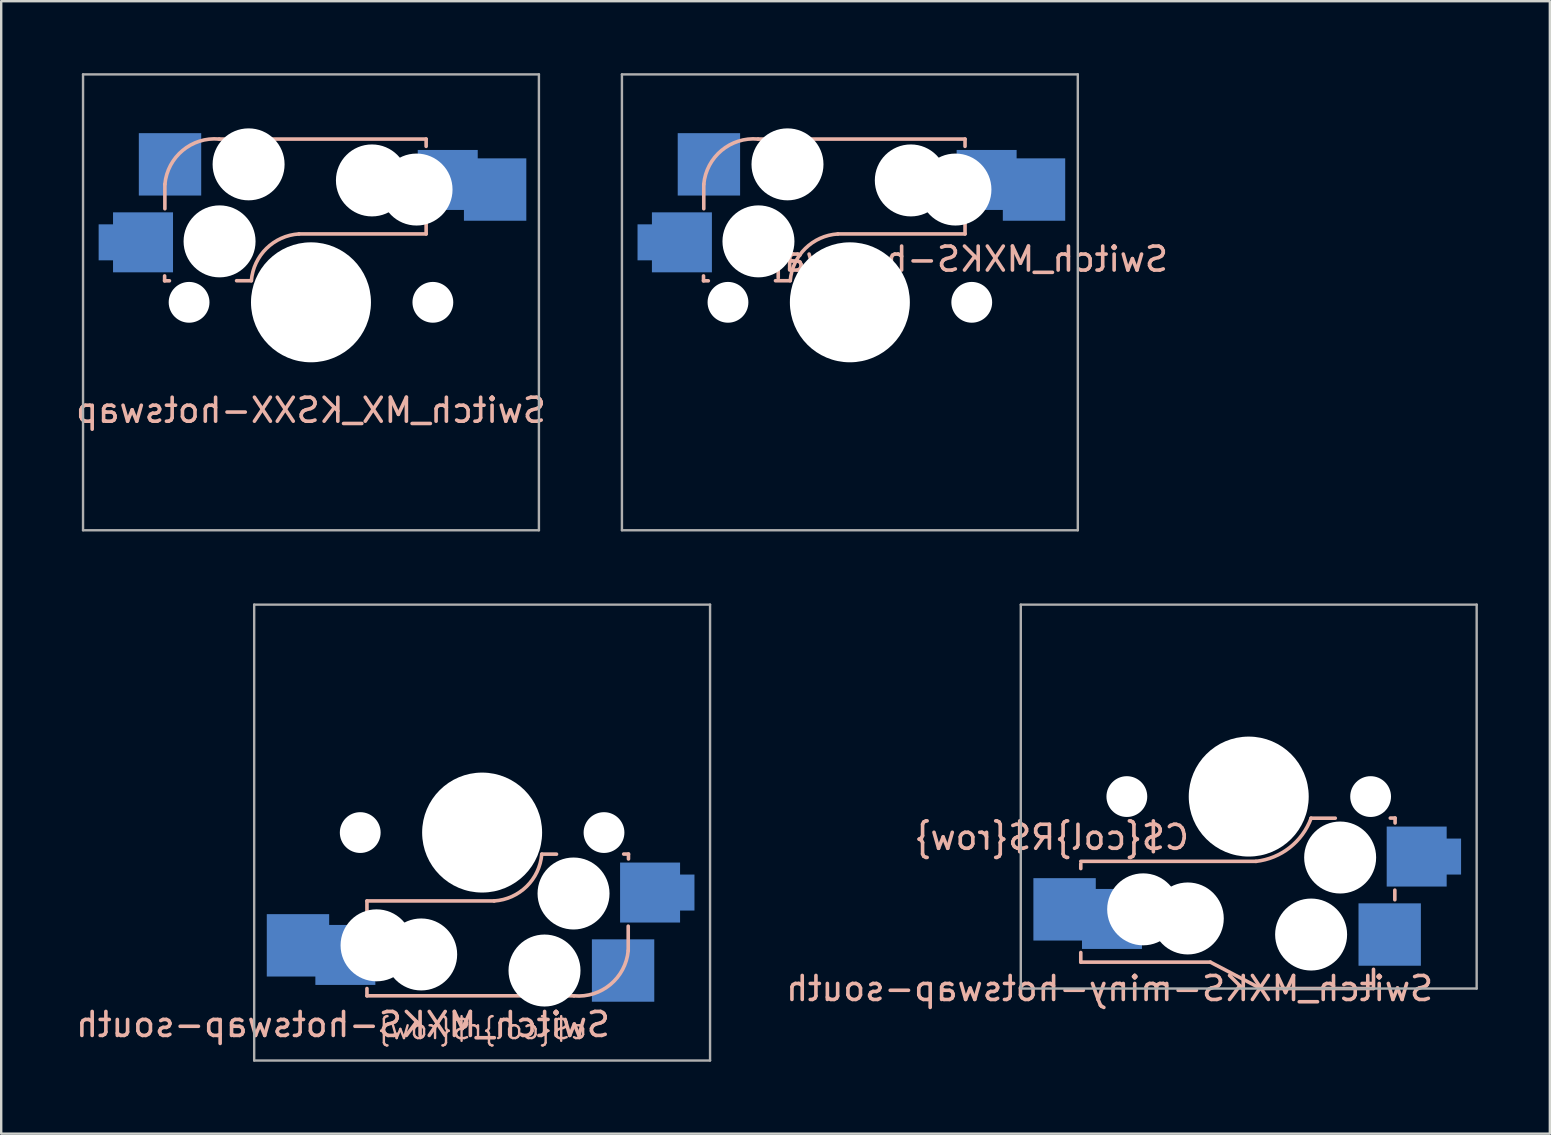
<source format=kicad_pcb>
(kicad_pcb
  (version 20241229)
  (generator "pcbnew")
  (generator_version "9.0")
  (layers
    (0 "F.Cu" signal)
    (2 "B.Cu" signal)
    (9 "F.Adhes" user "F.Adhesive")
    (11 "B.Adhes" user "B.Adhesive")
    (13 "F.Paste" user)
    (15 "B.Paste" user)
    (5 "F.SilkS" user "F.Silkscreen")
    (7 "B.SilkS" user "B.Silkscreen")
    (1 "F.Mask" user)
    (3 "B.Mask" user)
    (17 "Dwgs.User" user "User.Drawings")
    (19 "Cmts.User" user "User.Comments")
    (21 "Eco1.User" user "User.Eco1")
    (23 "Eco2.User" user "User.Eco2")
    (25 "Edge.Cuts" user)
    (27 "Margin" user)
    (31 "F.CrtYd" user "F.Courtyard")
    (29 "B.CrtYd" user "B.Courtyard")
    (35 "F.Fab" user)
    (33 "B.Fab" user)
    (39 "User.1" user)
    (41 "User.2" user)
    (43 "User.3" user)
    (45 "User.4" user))
  (footprint "Switch_MX_KSXX-hotswap"
    (layer "F.Cu")
    (at 9.911 9.55)
    (property "Reference" "Switch_MX_KSXX-hotswap" (at 0 4.5 0) (layer "B.SilkS") (effects (font (size 1 1) (thickness 0.15)) (justify mirror)))
    (attr through_hole)
    (fp_line (start -6.1 -0.896) (end -6.1 -1.1) (stroke (width 0.15) (type solid)) (layer "B.SilkS"))
    (fp_line (start -6.1 -0.896) (end -5.9 -0.896) (stroke (width 0.15) (type solid)) (layer "B.SilkS"))
    (fp_line (start -6.089 -4.92) (end -6.089 -3.9) (stroke (width 0.15) (type solid)) (layer "B.SilkS"))
    (fp_line (start -2.485 -0.9) (end -3.1 -0.9) (stroke (width 0.15) (type solid)) (layer "B.SilkS"))
    (fp_line (start 4.8 -6.804) (end -3.825 -6.804) (stroke (width 0.15) (type solid)) (layer "B.SilkS"))
    (fp_line (start 4.8 -6.804) (end 4.8 -6.5) (stroke (width 0.15) (type solid)) (layer "B.SilkS"))
    (fp_line (start 4.8 -2.85) (end -0.5 -2.85) (stroke (width 0.15) (type solid)) (layer "B.SilkS"))
    (fp_line (start 4.8 -2.85) (end 4.8 -3.7) (stroke (width 0.15) (type solid)) (layer "B.SilkS"))
    (fp_arc (start -6.089 -4.92) (mid -5.347189 -6.33089) (end -3.825 -6.804) (stroke (width 0.15) (type solid)) (layer "B.SilkS"))
    (fp_arc (start -2.484999 -0.9) (mid -1.855638 -2.244656) (end -0.5 -2.85) (stroke (width 0.15) (type solid)) (layer "B.SilkS"))
    (fp_line (start -7 -7) (end 7 -7) (stroke (width 0.15) (type solid)) (layer "Eco2.User"))
    (fp_line (start -7 7) (end -7 -7) (stroke (width 0.15) (type solid)) (layer "Eco2.User"))
    (fp_line (start -1.8 3.1) (end 3.2 3.1) (stroke (width 0.12) (type solid)) (layer "Eco2.User"))
    (fp_line (start -1.8 6.3) (end -1.8 3.1) (stroke (width 0.12) (type solid)) (layer "Eco2.User"))
    (fp_line (start -1.8 6.3) (end 3.2 6.3) (stroke (width 0.12) (type solid)) (layer "Eco2.User"))
    (fp_line (start 3.2 6.3) (end 3.2 3.1) (stroke (width 0.12) (type solid)) (layer "Eco2.User"))
    (fp_line (start 7 -7) (end 7 7) (stroke (width 0.15) (type solid)) (layer "Eco2.User"))
    (fp_line (start 7 7) (end -7 7) (stroke (width 0.15) (type solid)) (layer "Eco2.User"))
    (fp_line (start -9.5 -9.5) (end 9.5 -9.5) (stroke (width 0.1) (type solid)) (layer "F.Fab"))
    (fp_line (start -9.5 9.5) (end -9.5 -9.5) (stroke (width 0.1) (type solid)) (layer "F.Fab"))
    (fp_line (start 9.5 -9.5) (end 9.5 9.5) (stroke (width 0.1) (type solid)) (layer "F.Fab"))
    (fp_line (start 9.5 9.5) (end -9.5 9.5) (stroke (width 0.1) (type solid)) (layer "F.Fab"))
    (pad "" np_thru_hole circle (at -5.08 0) (size 1.7 1.7) (drill 1.7) (layers "*.Cu" "*.Mask"))
    (pad "" np_thru_hole circle (at -3.81 -2.54 180) (size 3 3) (drill 3) (layers "*.Cu" "*.Mask"))
    (pad "" np_thru_hole circle (at -2.6 -5.75 180) (size 3 3) (drill 3) (layers "*.Cu" "*.Mask"))
    (pad "" np_thru_hole circle (at 0 0 180) (size 5 5) (drill 5) (layers "*.Cu" "*.Mask"))
    (pad "" np_thru_hole circle (at 2.54 -5.08 180) (size 3 3) (drill 3) (layers "*.Cu" "*.Mask"))
    (pad "" np_thru_hole circle (at 4.4 -4.7 180) (size 3 3) (drill 3) (layers "*.Cu" "*.Mask"))
    (pad "" np_thru_hole circle (at 5.08 0) (size 1.7 1.7) (drill 1.7) (layers "*.Cu" "*.Mask"))
    (pad "1" smd custom (at -7 -2.5) (size 2.5 2.5) (layers "B.Cu" "B.Mask" "B.Paste") (options (anchor rect)) (primitives (gr_poly (pts (xy -1.85 -0.75) (xy -1.25 -0.75) (xy -1.25 0.75) (xy -1.85 0.75)) (width 0) (fill yes))))
    (pad "1" smd rect (at -5.875 -5.75 180) (size 2.6 2.6) (layers "B.Cu" "B.Mask" "B.Paste"))
    (pad "2" smd custom (at 5.7 -5.1 180) (size 2.5 2.5) (layers "B.Cu" "B.Mask" "B.Paste") (options (anchor rect)) (primitives (gr_poly (pts (xy -1.85 -0.75) (xy -1.25 -0.75) (xy -1.25 0.75) (xy -1.85 0.75)) (width 0) (fill yes))))
    (pad "2" smd rect (at 7.675 -4.7 180) (size 2.6 2.6) (layers "B.Cu" "B.Mask" "B.Paste")))
  (footprint "Switch_MXKS-hotswap-south"
    (layer "F.Cu")
    (at 17.044 31.65)
    (property "Reference" "Switch_MXKS-hotswap-south" (at -5.8 8 180) (layer "B.SilkS") (effects (font (size 1 1) (thickness 0.15)) (justify mirror)))
    (attr through_hole)
    (fp_line (start -4.8 2.85) (end -4.8 3.7) (stroke (width 0.15) (type solid)) (layer "B.SilkS"))
    (fp_line (start -4.8 2.85) (end 0.5 2.85) (stroke (width 0.15) (type solid)) (layer "B.SilkS"))
    (fp_line (start -4.8 6.804) (end -4.8 6.5) (stroke (width 0.15) (type solid)) (layer "B.SilkS"))
    (fp_line (start -4.8 6.804) (end 3.825 6.804) (stroke (width 0.15) (type solid)) (layer "B.SilkS"))
    (fp_line (start 2.485 0.9) (end 3.1 0.9) (stroke (width 0.15) (type solid)) (layer "B.SilkS"))
    (fp_line (start 6.089 4.92) (end 6.089 3.9) (stroke (width 0.15) (type solid)) (layer "B.SilkS"))
    (fp_line (start 6.1 0.896) (end 5.9 0.896) (stroke (width 0.15) (type solid)) (layer "B.SilkS"))
    (fp_line (start 6.1 0.896) (end 6.1 1.1) (stroke (width 0.15) (type solid)) (layer "B.SilkS"))
    (fp_arc (start 2.484999 0.9) (mid 1.855638 2.244656) (end 0.5 2.85) (stroke (width 0.15) (type solid)) (layer "B.SilkS"))
    (fp_arc (start 6.089 4.92) (mid 5.347189 6.33089) (end 3.825 6.804) (stroke (width 0.15) (type solid)) (layer "B.SilkS"))
    (fp_line (start -7 -7) (end 7 -7) (stroke (width 0.15) (type solid)) (layer "Eco2.User"))
    (fp_line (start -7 7) (end -7 -7) (stroke (width 0.15) (type solid)) (layer "Eco2.User"))
    (fp_line (start -3.2 -6.3) (end -3.2 -3.1) (stroke (width 0.12) (type solid)) (layer "Eco2.User"))
    (fp_line (start 1.8 -6.3) (end -3.2 -6.3) (stroke (width 0.12) (type solid)) (layer "Eco2.User"))
    (fp_line (start 1.8 -6.3) (end 1.8 -3.1) (stroke (width 0.12) (type solid)) (layer "Eco2.User"))
    (fp_line (start 1.8 -3.1) (end -3.2 -3.1) (stroke (width 0.12) (type solid)) (layer "Eco2.User"))
    (fp_line (start 7 -7) (end 7 7) (stroke (width 0.15) (type solid)) (layer "Eco2.User"))
    (fp_line (start 7 7) (end -7 7) (stroke (width 0.15) (type solid)) (layer "Eco2.User"))
    (fp_line (start -9.5 -9.5) (end 9.5 -9.5) (stroke (width 0.1) (type solid)) (layer "F.Fab"))
    (fp_line (start -9.5 9.5) (end -9.5 -9.5) (stroke (width 0.1) (type solid)) (layer "F.Fab"))
    (fp_line (start 9.5 -9.5) (end 9.5 9.5) (stroke (width 0.1) (type solid)) (layer "F.Fab"))
    (fp_line (start 9.5 9.5) (end -9.5 9.5) (stroke (width 0.1) (type solid)) (layer "F.Fab"))
    (fp_text user "c${col}r${row}" (at 0 8.2 0) (layer "B.SilkS") (effects (font (size 0.8 0.8) (thickness 0.1)) (justify mirror)))
    (pad "" np_thru_hole circle (at -5.08 0 180) (size 1.7 1.7) (drill 1.7) (layers "*.Cu" "*.Mask"))
    (pad "" np_thru_hole circle (at -4.4 4.7) (size 3 3) (drill 3) (layers "*.Cu" "*.Mask"))
    (pad "" np_thru_hole circle (at -2.54 5.08) (size 3 3) (drill 3) (layers "*.Cu" "*.Mask"))
    (pad "" np_thru_hole circle (at 0 0) (size 5 5) (drill 5) (layers "*.Cu" "*.Mask"))
    (pad "" np_thru_hole circle (at 2.6 5.75) (size 3 3) (drill 3) (layers "*.Cu" "*.Mask"))
    (pad "" np_thru_hole circle (at 3.81 2.54) (size 3 3) (drill 3) (layers "*.Cu" "*.Mask"))
    (pad "" np_thru_hole circle (at 5.08 0 180) (size 1.7 1.7) (drill 1.7) (layers "*.Cu" "*.Mask"))
    (pad "1" smd rect (at 5.875 5.75) (size 2.6 2.6) (layers "B.Cu" "B.Mask" "B.Paste"))
    (pad "1" smd custom (at 7 2.5 180) (size 2.5 2.5) (layers "B.Cu" "B.Mask" "B.Paste") (options (anchor rect)) (primitives (gr_poly (pts (xy -1.85 -0.75) (xy -1.25 -0.75) (xy -1.25 0.75) (xy -1.85 0.75)) (width 0) (fill yes))))
    (pad "2" smd rect (at -7.675 4.7) (size 2.6 2.6) (layers "B.Cu" "B.Mask" "B.Paste"))
    (pad "2" smd custom (at -5.7 5.1) (size 2.5 2.5) (layers "B.Cu" "B.Mask" "B.Paste") (options (anchor rect)) (primitives (gr_poly (pts (xy -1.85 -0.75) (xy -1.25 -0.75) (xy -1.25 0.75) (xy -1.85 0.75)) (width 0) (fill yes)))))
  (footprint "Switch_MXKS-miny-hotswap-south"
    (layer "F.Cu")
    (at 48.995 30.15)
    (property "Reference" "Switch_MXKS-miny-hotswap-south" (at -5.8 8 180) (layer "B.SilkS") (effects (font (size 1 1) (thickness 0.15)) (justify mirror)))
    (attr through_hole)
    (fp_line (start -7 2.7) (end 0.3 2.7) (stroke (width 0.15) (type default)) (layer "B.SilkS"))
    (fp_line (start -7 3) (end -7 2.8) (stroke (width 0.15) (type default)) (layer "B.SilkS"))
    (fp_line (start -7 6.9) (end -7 6.5) (stroke (width 0.15) (type default)) (layer "B.SilkS"))
    (fp_line (start -1.6 6.9) (end -7 6.9) (stroke (width 0.15) (type default)) (layer "B.SilkS"))
    (fp_line (start 0.5 8) (end -1.6 6.9) (stroke (width 0.15) (type default)) (layer "B.SilkS"))
    (fp_line (start 0.5 8) (end 5.2 8) (stroke (width 0.15) (type default)) (layer "B.SilkS"))
    (fp_line (start 2.592 0.9) (end 3.607 0.9) (stroke (width 0.15) (type solid)) (layer "B.SilkS"))
    (fp_line (start 5.2 8) (end 5.2 7.2) (stroke (width 0.15) (type default)) (layer "B.SilkS"))
    (fp_line (start 6.089 4.3) (end 6.089 3.9) (stroke (width 0.15) (type solid)) (layer "B.SilkS"))
    (fp_line (start 6.1 0.896) (end 5.9 0.896) (stroke (width 0.15) (type solid)) (layer "B.SilkS"))
    (fp_line (start 6.1 0.896) (end 6.1 1.1) (stroke (width 0.15) (type solid)) (layer "B.SilkS"))
    (fp_arc (start 2.6 0.9) (mid 1.706228 2.127402) (end 0.3 2.7) (stroke (width 0.15) (type solid)) (layer "B.SilkS"))
    (fp_line (start -7 -7) (end 7 -7) (stroke (width 0.15) (type solid)) (layer "Eco2.User"))
    (fp_line (start -7 7) (end -7 -7) (stroke (width 0.15) (type solid)) (layer "Eco2.User"))
    (fp_line (start -3.2 -6.3) (end -3.2 -3.1) (stroke (width 0.12) (type solid)) (layer "Eco2.User"))
    (fp_line (start 1.8 -6.3) (end -3.2 -6.3) (stroke (width 0.12) (type solid)) (layer "Eco2.User"))
    (fp_line (start 1.8 -6.3) (end 1.8 -3.1) (stroke (width 0.12) (type solid)) (layer "Eco2.User"))
    (fp_line (start 1.8 -3.1) (end -3.2 -3.1) (stroke (width 0.12) (type solid)) (layer "Eco2.User"))
    (fp_line (start 7 -7) (end 7 7) (stroke (width 0.15) (type solid)) (layer "Eco2.User"))
    (fp_line (start 7 7) (end -7 7) (stroke (width 0.15) (type solid)) (layer "Eco2.User"))
    (fp_line (start -9.5 -8) (end 9.5 -8) (stroke (width 0.1) (type solid)) (layer "F.Fab"))
    (fp_line (start -9.5 8) (end -9.5 -8) (stroke (width 0.1) (type solid)) (layer "F.Fab"))
    (fp_line (start 9.5 -8) (end 9.5 8) (stroke (width 0.1) (type solid)) (layer "F.Fab"))
    (fp_line (start 9.5 8) (end -9.5 8) (stroke (width 0.1) (type solid)) (layer "F.Fab"))
    (fp_text user "C${col}R${row}" (at -2.4 1.7 0) (layer "B.SilkS") (effects (font (size 1 1) (thickness 0.15)) (justify left mirror)))
    (pad "" np_thru_hole circle (at -5.08 0 180) (size 1.7 1.7) (drill 1.7) (layers "*.Cu" "*.Mask"))
    (pad "" np_thru_hole circle (at -4.4 4.7) (size 3 3) (drill 3) (layers "*.Cu" "*.Mask"))
    (pad "" np_thru_hole circle (at -2.54 5.08) (size 3 3) (drill 3) (layers "*.Cu" "*.Mask"))
    (pad "" np_thru_hole circle (at 0 0) (size 5 5) (drill 5) (layers "*.Cu" "*.Mask"))
    (pad "" np_thru_hole circle (at 2.6 5.75) (size 3 3) (drill 3) (layers "*.Cu" "*.Mask"))
    (pad "" np_thru_hole circle (at 3.81 2.54) (size 3 3) (drill 3) (layers "*.Cu" "*.Mask"))
    (pad "" np_thru_hole circle (at 5.08 0 180) (size 1.7 1.7) (drill 1.7) (layers "*.Cu" "*.Mask"))
    (pad "1" smd rect (at 5.875 5.75) (size 2.6 2.6) (layers "B.Cu" "B.Mask" "B.Paste"))
    (pad "1" smd custom (at 7 2.5 180) (size 2.5 2.5) (layers "B.Cu" "B.Mask" "B.Paste") (options (anchor rect)) (primitives (gr_poly (pts (xy -1.85 -0.75) (xy -1.25 -0.75) (xy -1.25 0.75) (xy -1.85 0.75)) (width 0) (fill yes))))
    (pad "2" smd rect (at -7.675 4.7) (size 2.6 2.6) (layers "B.Cu" "B.Mask" "B.Paste"))
    (pad "2" smd custom (at -5.7 5.1) (size 2.5 2.5) (layers "B.Cu" "B.Mask" "B.Paste") (options (anchor rect)) (primitives (gr_poly (pts (xy -1.85 -0.75) (xy -1.25 -0.75) (xy -1.25 0.75) (xy -1.85 0.75)) (width 0) (fill yes)))))
  (footprint "Switch_MXKS-hotswap"
    (layer "F.Cu")
    (at 32.371 9.55)
    (property "Reference" "Switch_MXKS-hotswap" (at 4.8 -1.8 0) (layer "B.SilkS") (effects (font (size 1 1) (thickness 0.15)) (justify mirror)))
    (attr through_hole)
    (fp_line (start -6.1 -0.896) (end -6.1 -1.1) (stroke (width 0.15) (type solid)) (layer "B.SilkS"))
    (fp_line (start -6.1 -0.896) (end -5.9 -0.896) (stroke (width 0.15) (type solid)) (layer "B.SilkS"))
    (fp_line (start -6.089 -4.92) (end -6.089 -3.9) (stroke (width 0.15) (type solid)) (layer "B.SilkS"))
    (fp_line (start -2.485 -0.9) (end -3.1 -0.9) (stroke (width 0.15) (type solid)) (layer "B.SilkS"))
    (fp_line (start 4.8 -6.804) (end -3.825 -6.804) (stroke (width 0.15) (type solid)) (layer "B.SilkS"))
    (fp_line (start 4.8 -6.804) (end 4.8 -6.5) (stroke (width 0.15) (type solid)) (layer "B.SilkS"))
    (fp_line (start 4.8 -2.85) (end -0.5 -2.85) (stroke (width 0.15) (type solid)) (layer "B.SilkS"))
    (fp_line (start 4.8 -2.85) (end 4.8 -3.7) (stroke (width 0.15) (type solid)) (layer "B.SilkS"))
    (fp_arc (start -6.089 -4.92) (mid -5.347189 -6.33089) (end -3.825 -6.804) (stroke (width 0.15) (type solid)) (layer "B.SilkS"))
    (fp_arc (start -2.484999 -0.9) (mid -1.855638 -2.244656) (end -0.5 -2.85) (stroke (width 0.15) (type solid)) (layer "B.SilkS"))
    (fp_line (start -7 -7) (end 7 -7) (stroke (width 0.15) (type solid)) (layer "Eco2.User"))
    (fp_line (start -7 7) (end -7 -7) (stroke (width 0.15) (type solid)) (layer "Eco2.User"))
    (fp_line (start -1.8 3.1) (end 3.2 3.1) (stroke (width 0.12) (type solid)) (layer "Eco2.User"))
    (fp_line (start -1.8 6.3) (end -1.8 3.1) (stroke (width 0.12) (type solid)) (layer "Eco2.User"))
    (fp_line (start -1.8 6.3) (end 3.2 6.3) (stroke (width 0.12) (type solid)) (layer "Eco2.User"))
    (fp_line (start 3.2 6.3) (end 3.2 3.1) (stroke (width 0.12) (type solid)) (layer "Eco2.User"))
    (fp_line (start 7 -7) (end 7 7) (stroke (width 0.15) (type solid)) (layer "Eco2.User"))
    (fp_line (start 7 7) (end -7 7) (stroke (width 0.15) (type solid)) (layer "Eco2.User"))
    (fp_line (start -9.5 -9.5) (end 9.5 -9.5) (stroke (width 0.1) (type solid)) (layer "F.Fab"))
    (fp_line (start -9.5 9.5) (end -9.5 -9.5) (stroke (width 0.1) (type solid)) (layer "F.Fab"))
    (fp_line (start 9.5 -9.5) (end 9.5 9.5) (stroke (width 0.1) (type solid)) (layer "F.Fab"))
    (fp_line (start 9.5 9.5) (end -9.5 9.5) (stroke (width 0.1) (type solid)) (layer "F.Fab"))
    (pad "" np_thru_hole circle (at -5.08 0) (size 1.7 1.7) (drill 1.7) (layers "*.Cu" "*.Mask"))
    (pad "" np_thru_hole circle (at -3.81 -2.54 180) (size 3 3) (drill 3) (layers "*.Cu" "*.Mask"))
    (pad "" np_thru_hole circle (at -2.6 -5.75 180) (size 3 3) (drill 3) (layers "*.Cu" "*.Mask"))
    (pad "" np_thru_hole circle (at 0 0 180) (size 5 5) (drill 5) (layers "*.Cu" "*.Mask"))
    (pad "" np_thru_hole circle (at 2.54 -5.08 180) (size 3 3) (drill 3) (layers "*.Cu" "*.Mask"))
    (pad "" np_thru_hole circle (at 4.4 -4.7 180) (size 3 3) (drill 3) (layers "*.Cu" "*.Mask"))
    (pad "" np_thru_hole circle (at 5.08 0) (size 1.7 1.7) (drill 1.7) (layers "*.Cu" "*.Mask"))
    (pad "1" smd custom (at -7 -2.5) (size 2.5 2.5) (layers "B.Cu" "B.Mask" "B.Paste") (options (anchor rect)) (primitives (gr_poly (pts (xy -1.85 -0.75) (xy -1.25 -0.75) (xy -1.25 0.75) (xy -1.85 0.75)) (width 0) (fill yes))))
    (pad "1" smd rect (at -5.875 -5.75 180) (size 2.6 2.6) (layers "B.Cu" "B.Mask" "B.Paste"))
    (pad "2" smd custom (at 5.7 -5.1 180) (size 2.5 2.5) (layers "B.Cu" "B.Mask" "B.Paste") (options (anchor rect)) (primitives (gr_poly (pts (xy -1.85 -0.75) (xy -1.25 -0.75) (xy -1.25 0.75) (xy -1.85 0.75)) (width 0) (fill yes))))
    (pad "2" smd rect (at 7.675 -4.7 180) (size 2.6 2.6) (layers "B.Cu" "B.Mask" "B.Paste")))
  (gr_rect
    (start -3 -3)
    (end 61.545 44.2)
    (stroke (width 0.1) (type default))
    (fill no)
    (layer "Edge.Cuts")))
</source>
